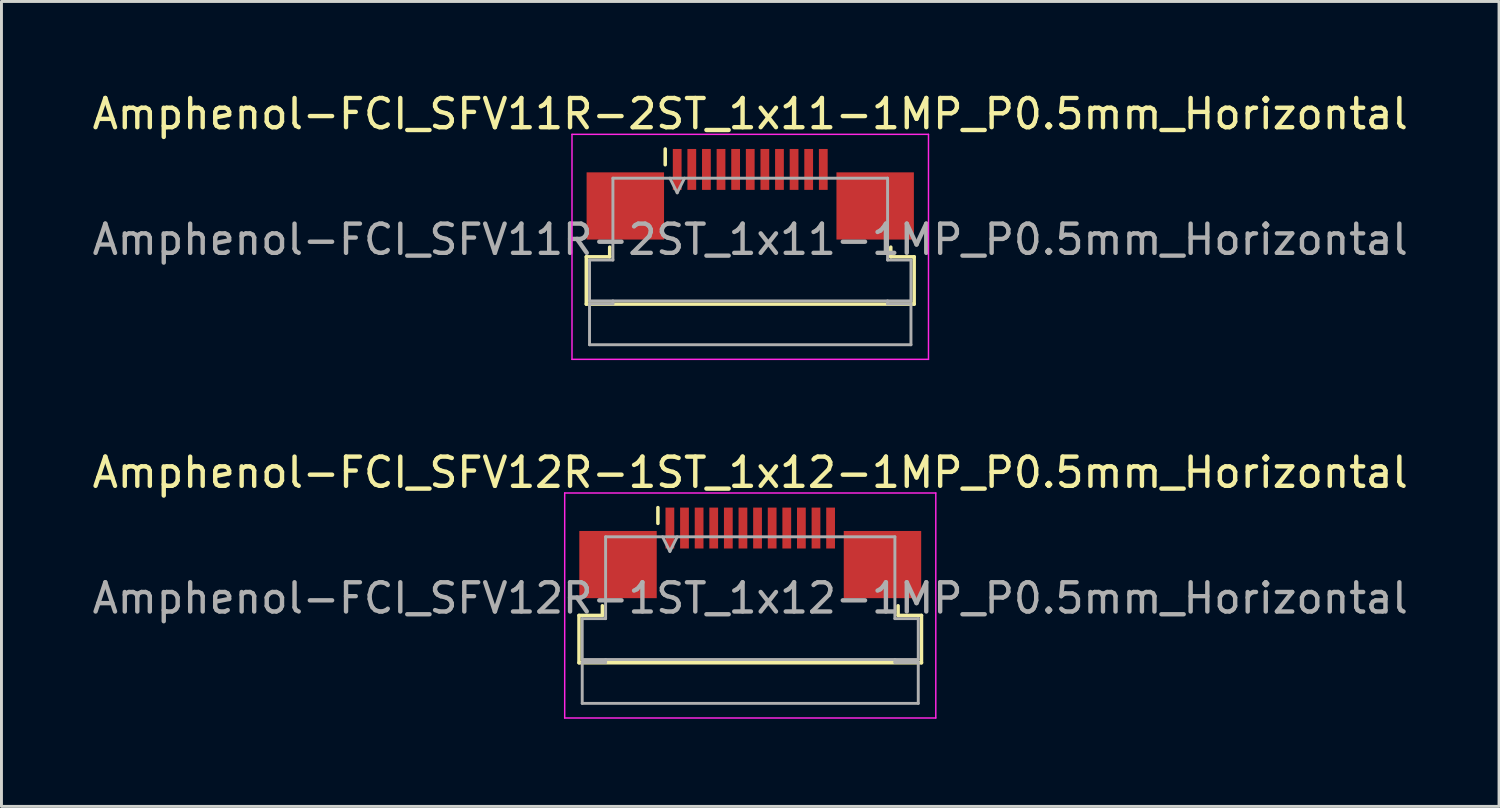
<source format=kicad_pcb>
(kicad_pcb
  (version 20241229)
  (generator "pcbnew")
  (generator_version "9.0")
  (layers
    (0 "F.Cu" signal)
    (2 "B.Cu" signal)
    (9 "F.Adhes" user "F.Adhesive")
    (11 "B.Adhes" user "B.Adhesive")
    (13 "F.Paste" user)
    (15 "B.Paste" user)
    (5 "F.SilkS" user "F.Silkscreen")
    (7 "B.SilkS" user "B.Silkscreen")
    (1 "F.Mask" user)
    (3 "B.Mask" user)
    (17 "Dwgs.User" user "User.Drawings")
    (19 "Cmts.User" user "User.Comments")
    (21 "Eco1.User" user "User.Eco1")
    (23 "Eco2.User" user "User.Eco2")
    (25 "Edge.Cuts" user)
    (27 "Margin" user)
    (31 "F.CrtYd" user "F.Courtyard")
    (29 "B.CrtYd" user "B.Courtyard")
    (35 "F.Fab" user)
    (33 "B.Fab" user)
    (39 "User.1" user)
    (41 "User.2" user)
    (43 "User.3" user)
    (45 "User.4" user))
  (footprint "Amphenol-FCI_SFV12R-1ST_1x12-1MP_P0.5mm_Horizontal"
    (layer "F.Cu")
    (at 22.625 17.021)
    (property "Reference" "Amphenol-FCI_SFV12R-1ST_1x12-1MP_P0.5mm_Horizontal" (at 0 -3.9 0) (layer "F.SilkS") (effects (font (size 1 1) (thickness 0.15))))
    (attr smd)
    (fp_line (start -5.86 0.99) (end -5.06 0.99) (stroke (width 0.12) (type solid)) (layer "F.SilkS"))
    (fp_line (start -5.86 2.61) (end -5.86 0.99) (stroke (width 0.12) (type solid)) (layer "F.SilkS"))
    (fp_line (start -5.06 0.99) (end -5.06 0.66) (stroke (width 0.12) (type solid)) (layer "F.SilkS"))
    (fp_line (start -3.16 -2.16) (end -3.16 -2.7) (stroke (width 0.12) (type solid)) (layer "F.SilkS"))
    (fp_line (start 5.06 0.66) (end 5.06 0.99) (stroke (width 0.12) (type solid)) (layer "F.SilkS"))
    (fp_line (start 5.06 0.99) (end 5.86 0.99) (stroke (width 0.12) (type solid)) (layer "F.SilkS"))
    (fp_line (start 5.86 0.99) (end 5.86 2.61) (stroke (width 0.12) (type solid)) (layer "F.SilkS"))
    (fp_line (start 5.86 2.61) (end -5.86 2.61) (stroke (width 0.12) (type solid)) (layer "F.SilkS"))
    (fp_line (start -6.35 -3.2) (end -6.35 4.5) (stroke (width 0.05) (type solid)) (layer "F.CrtYd"))
    (fp_line (start -6.35 4.5) (end 6.35 4.5) (stroke (width 0.05) (type solid)) (layer "F.CrtYd"))
    (fp_line (start 6.35 -3.2) (end -6.35 -3.2) (stroke (width 0.05) (type solid)) (layer "F.CrtYd"))
    (fp_line (start 6.35 4.5) (end 6.35 -3.2) (stroke (width 0.05) (type solid)) (layer "F.CrtYd"))
    (fp_line (start -5.75 1.1) (end -4.95 1.1) (stroke (width 0.1) (type solid)) (layer "F.Fab"))
    (fp_line (start -5.75 2.5) (end -5.75 1.1) (stroke (width 0.1) (type solid)) (layer "F.Fab"))
    (fp_line (start -5.75 2.6) (end -4.95 2.6) (stroke (width 0.1) (type solid)) (layer "F.Fab"))
    (fp_line (start -5.75 4) (end -5.75 2.6) (stroke (width 0.1) (type solid)) (layer "F.Fab"))
    (fp_line (start -4.95 -1.7) (end 4.95 -1.7) (stroke (width 0.1) (type solid)) (layer "F.Fab"))
    (fp_line (start -4.95 1.1) (end -4.95 -1.7) (stroke (width 0.1) (type solid)) (layer "F.Fab"))
    (fp_line (start -4.95 2.6) (end -4.95 2.5) (stroke (width 0.1) (type solid)) (layer "F.Fab"))
    (fp_line (start -3 -1.7) (end -2.75 -1.2) (stroke (width 0.1) (type solid)) (layer "F.Fab"))
    (fp_line (start -2.75 -1.2) (end -2.5 -1.7) (stroke (width 0.1) (type solid)) (layer "F.Fab"))
    (fp_line (start 4.95 -1.7) (end 4.95 1.1) (stroke (width 0.1) (type solid)) (layer "F.Fab"))
    (fp_line (start 4.95 1.1) (end 5.75 1.1) (stroke (width 0.1) (type solid)) (layer "F.Fab"))
    (fp_line (start 4.95 2.5) (end 4.95 2.6) (stroke (width 0.1) (type solid)) (layer "F.Fab"))
    (fp_line (start 4.95 2.6) (end 5.75 2.6) (stroke (width 0.1) (type solid)) (layer "F.Fab"))
    (fp_line (start 5.75 1.1) (end 5.75 2.5) (stroke (width 0.1) (type solid)) (layer "F.Fab"))
    (fp_line (start 5.75 2.5) (end -5.75 2.5) (stroke (width 0.1) (type solid)) (layer "F.Fab"))
    (fp_line (start 5.75 2.6) (end 5.75 4) (stroke (width 0.1) (type solid)) (layer "F.Fab"))
    (fp_line (start 5.75 4) (end -5.75 4) (stroke (width 0.1) (type solid)) (layer "F.Fab"))
    (fp_text user "${REFERENCE}" (at 0 0.4 0) (layer "F.Fab") (effects (font (size 1 1) (thickness 0.15))))
    (pad "1" smd rect (at -2.75 -2) (size 0.3 1.4) (layers "F.Cu" "F.Mask" "F.Paste"))
    (pad "2" smd rect (at -2.25 -2) (size 0.3 1.4) (layers "F.Cu" "F.Mask" "F.Paste"))
    (pad "3" smd rect (at -1.75 -2) (size 0.3 1.4) (layers "F.Cu" "F.Mask" "F.Paste"))
    (pad "4" smd rect (at -1.25 -2) (size 0.3 1.4) (layers "F.Cu" "F.Mask" "F.Paste"))
    (pad "5" smd rect (at -0.75 -2) (size 0.3 1.4) (layers "F.Cu" "F.Mask" "F.Paste"))
    (pad "6" smd rect (at -0.25 -2) (size 0.3 1.4) (layers "F.Cu" "F.Mask" "F.Paste"))
    (pad "7" smd rect (at 0.25 -2) (size 0.3 1.4) (layers "F.Cu" "F.Mask" "F.Paste"))
    (pad "8" smd rect (at 0.75 -2) (size 0.3 1.4) (layers "F.Cu" "F.Mask" "F.Paste"))
    (pad "9" smd rect (at 1.25 -2) (size 0.3 1.4) (layers "F.Cu" "F.Mask" "F.Paste"))
    (pad "10" smd rect (at 1.75 -2) (size 0.3 1.4) (layers "F.Cu" "F.Mask" "F.Paste"))
    (pad "11" smd rect (at 2.25 -2) (size 0.3 1.4) (layers "F.Cu" "F.Mask" "F.Paste"))
    (pad "12" smd rect (at 2.75 -2) (size 0.3 1.4) (layers "F.Cu" "F.Mask" "F.Paste"))
    (pad "MP" smd rect (at -4.525 -0.75) (size 2.65 2.3) (layers "F.Cu" "F.Mask" "F.Paste"))
    (pad "MP" smd rect (at 4.525 -0.75) (size 2.65 2.3) (layers "F.Cu" "F.Mask" "F.Paste")))
  (footprint "Amphenol-FCI_SFV11R-2ST_1x11-1MP_P0.5mm_Horizontal"
    (layer "F.Cu")
    (at 22.625 4.748)
    (property "Reference" "Amphenol-FCI_SFV11R-2ST_1x11-1MP_P0.5mm_Horizontal" (at 0 -3.9 0) (layer "F.SilkS") (effects (font (size 1 1) (thickness 0.15))))
    (attr smd)
    (fp_line (start -5.61 0.99) (end -4.81 0.99) (stroke (width 0.12) (type solid)) (layer "F.SilkS"))
    (fp_line (start -5.61 2.61) (end -5.61 0.99) (stroke (width 0.12) (type solid)) (layer "F.SilkS"))
    (fp_line (start -4.81 0.99) (end -4.81 0.66) (stroke (width 0.12) (type solid)) (layer "F.SilkS"))
    (fp_line (start -2.91 -2.16) (end -2.91 -2.7) (stroke (width 0.12) (type solid)) (layer "F.SilkS"))
    (fp_line (start 4.81 0.66) (end 4.81 0.99) (stroke (width 0.12) (type solid)) (layer "F.SilkS"))
    (fp_line (start 4.81 0.99) (end 5.61 0.99) (stroke (width 0.12) (type solid)) (layer "F.SilkS"))
    (fp_line (start 5.61 0.99) (end 5.61 2.61) (stroke (width 0.12) (type solid)) (layer "F.SilkS"))
    (fp_line (start 5.61 2.61) (end -5.61 2.61) (stroke (width 0.12) (type solid)) (layer "F.SilkS"))
    (fp_line (start -6.1 -3.2) (end -6.1 4.5) (stroke (width 0.05) (type solid)) (layer "F.CrtYd"))
    (fp_line (start -6.1 4.5) (end 6.1 4.5) (stroke (width 0.05) (type solid)) (layer "F.CrtYd"))
    (fp_line (start 6.1 -3.2) (end -6.1 -3.2) (stroke (width 0.05) (type solid)) (layer "F.CrtYd"))
    (fp_line (start 6.1 4.5) (end 6.1 -3.2) (stroke (width 0.05) (type solid)) (layer "F.CrtYd"))
    (fp_line (start -5.5 1.1) (end -4.7 1.1) (stroke (width 0.1) (type solid)) (layer "F.Fab"))
    (fp_line (start -5.5 2.5) (end -5.5 1.1) (stroke (width 0.1) (type solid)) (layer "F.Fab"))
    (fp_line (start -5.5 2.6) (end -4.7 2.6) (stroke (width 0.1) (type solid)) (layer "F.Fab"))
    (fp_line (start -5.5 4) (end -5.5 2.6) (stroke (width 0.1) (type solid)) (layer "F.Fab"))
    (fp_line (start -4.7 -1.7) (end 4.7 -1.7) (stroke (width 0.1) (type solid)) (layer "F.Fab"))
    (fp_line (start -4.7 1.1) (end -4.7 -1.7) (stroke (width 0.1) (type solid)) (layer "F.Fab"))
    (fp_line (start -4.7 2.6) (end -4.7 2.5) (stroke (width 0.1) (type solid)) (layer "F.Fab"))
    (fp_line (start -2.75 -1.7) (end -2.5 -1.2) (stroke (width 0.1) (type solid)) (layer "F.Fab"))
    (fp_line (start -2.5 -1.2) (end -2.25 -1.7) (stroke (width 0.1) (type solid)) (layer "F.Fab"))
    (fp_line (start 4.7 -1.7) (end 4.7 1.1) (stroke (width 0.1) (type solid)) (layer "F.Fab"))
    (fp_line (start 4.7 1.1) (end 5.5 1.1) (stroke (width 0.1) (type solid)) (layer "F.Fab"))
    (fp_line (start 4.7 2.5) (end 4.7 2.6) (stroke (width 0.1) (type solid)) (layer "F.Fab"))
    (fp_line (start 4.7 2.6) (end 5.5 2.6) (stroke (width 0.1) (type solid)) (layer "F.Fab"))
    (fp_line (start 5.5 1.1) (end 5.5 2.5) (stroke (width 0.1) (type solid)) (layer "F.Fab"))
    (fp_line (start 5.5 2.5) (end -5.5 2.5) (stroke (width 0.1) (type solid)) (layer "F.Fab"))
    (fp_line (start 5.5 2.6) (end 5.5 4) (stroke (width 0.1) (type solid)) (layer "F.Fab"))
    (fp_line (start 5.5 4) (end -5.5 4) (stroke (width 0.1) (type solid)) (layer "F.Fab"))
    (fp_text user "${REFERENCE}" (at 0 0.4 0) (layer "F.Fab") (effects (font (size 1 1) (thickness 0.15))))
    (pad "1" smd rect (at -2.5 -2) (size 0.3 1.4) (layers "F.Cu" "F.Mask" "F.Paste"))
    (pad "2" smd rect (at -2 -2) (size 0.3 1.4) (layers "F.Cu" "F.Mask" "F.Paste"))
    (pad "3" smd rect (at -1.5 -2) (size 0.3 1.4) (layers "F.Cu" "F.Mask" "F.Paste"))
    (pad "4" smd rect (at -1 -2) (size 0.3 1.4) (layers "F.Cu" "F.Mask" "F.Paste"))
    (pad "5" smd rect (at -0.5 -2) (size 0.3 1.4) (layers "F.Cu" "F.Mask" "F.Paste"))
    (pad "6" smd rect (at 0 -2) (size 0.3 1.4) (layers "F.Cu" "F.Mask" "F.Paste"))
    (pad "7" smd rect (at 0.5 -2) (size 0.3 1.4) (layers "F.Cu" "F.Mask" "F.Paste"))
    (pad "8" smd rect (at 1 -2) (size 0.3 1.4) (layers "F.Cu" "F.Mask" "F.Paste"))
    (pad "9" smd rect (at 1.5 -2) (size 0.3 1.4) (layers "F.Cu" "F.Mask" "F.Paste"))
    (pad "10" smd rect (at 2 -2) (size 0.3 1.4) (layers "F.Cu" "F.Mask" "F.Paste"))
    (pad "11" smd rect (at 2.5 -2) (size 0.3 1.4) (layers "F.Cu" "F.Mask" "F.Paste"))
    (pad "MP" smd rect (at -4.275 -0.75) (size 2.65 2.3) (layers "F.Cu" "F.Mask" "F.Paste"))
    (pad "MP" smd rect (at 4.275 -0.75) (size 2.65 2.3) (layers "F.Cu" "F.Mask" "F.Paste")))
  (gr_rect
    (start -3 -3)
    (end 48.25 24.547)
    (stroke (width 0.1) (type default))
    (fill no)
    (layer "Edge.Cuts")))
</source>
